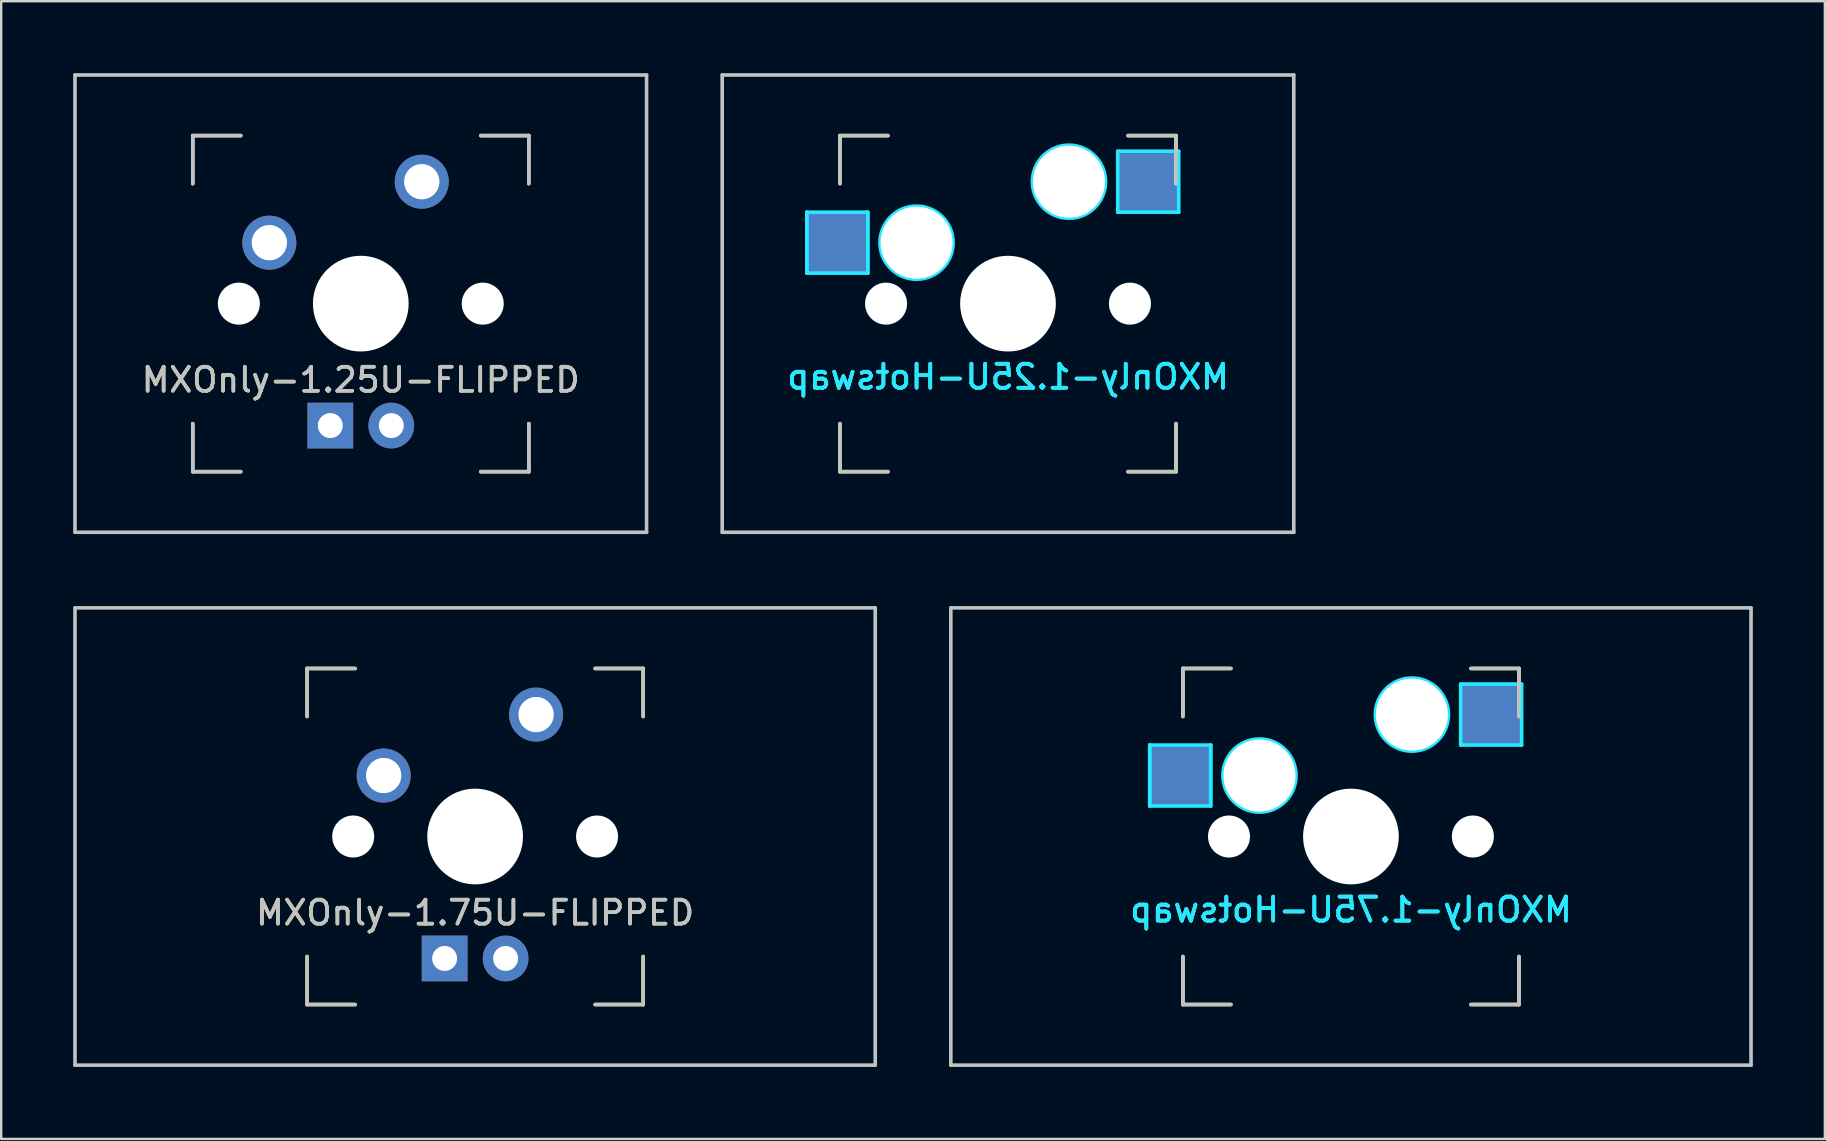
<source format=kicad_pcb>
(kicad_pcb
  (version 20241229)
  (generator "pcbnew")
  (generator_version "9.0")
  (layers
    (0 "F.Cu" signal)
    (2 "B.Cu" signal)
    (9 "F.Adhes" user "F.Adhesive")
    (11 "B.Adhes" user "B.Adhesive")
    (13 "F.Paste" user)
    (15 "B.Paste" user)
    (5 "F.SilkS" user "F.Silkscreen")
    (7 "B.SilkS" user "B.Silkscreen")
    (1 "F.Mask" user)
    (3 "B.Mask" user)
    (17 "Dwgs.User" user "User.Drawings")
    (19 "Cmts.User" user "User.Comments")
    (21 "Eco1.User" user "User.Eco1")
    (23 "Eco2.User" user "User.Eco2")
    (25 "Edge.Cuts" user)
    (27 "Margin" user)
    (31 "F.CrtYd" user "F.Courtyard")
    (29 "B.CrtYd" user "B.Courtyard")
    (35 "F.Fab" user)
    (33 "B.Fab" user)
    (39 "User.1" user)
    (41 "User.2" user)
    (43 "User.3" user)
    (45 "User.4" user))
  (footprint "MXOnly-1.25U-Hotswap"
    (layer "F.Cu")
    (at 38.944 9.6)
    (property "Reference" "MXOnly-1.25U-Hotswap" (at 0 3.048 0) (layer "B.CrtYd") (effects (font (size 1 1) (thickness 0.15)) (justify mirror)))
    (attr smd)
    (fp_line (start -7 -7) (end -7 -5) (stroke (width 0.15) (type solid)) (layer "F.SilkS"))
    (fp_line (start -7 5) (end -7 7) (stroke (width 0.15) (type solid)) (layer "F.SilkS"))
    (fp_line (start -7 7) (end -5 7) (stroke (width 0.15) (type solid)) (layer "F.SilkS"))
    (fp_line (start -5 -7) (end -7 -7) (stroke (width 0.15) (type solid)) (layer "F.SilkS"))
    (fp_line (start 5 -7) (end 7 -7) (stroke (width 0.15) (type solid)) (layer "F.SilkS"))
    (fp_line (start 5 7) (end 7 7) (stroke (width 0.15) (type solid)) (layer "F.SilkS"))
    (fp_line (start 7 -7) (end 7 -5) (stroke (width 0.15) (type solid)) (layer "F.SilkS"))
    (fp_line (start 7 7) (end 7 5) (stroke (width 0.15) (type solid)) (layer "F.SilkS"))
    (fp_line (start -11.906 -9.525) (end 11.906 -9.525) (stroke (width 0.15) (type solid)) (layer "Dwgs.User"))
    (fp_line (start -11.906 9.525) (end -11.906 -9.525) (stroke (width 0.15) (type solid)) (layer "Dwgs.User"))
    (fp_line (start -7 -7) (end -7 -5) (stroke (width 0.15) (type solid)) (layer "Dwgs.User"))
    (fp_line (start -7 5) (end -7 7) (stroke (width 0.15) (type solid)) (layer "Dwgs.User"))
    (fp_line (start -7 7) (end -5 7) (stroke (width 0.15) (type solid)) (layer "Dwgs.User"))
    (fp_line (start -5 -7) (end -7 -7) (stroke (width 0.15) (type solid)) (layer "Dwgs.User"))
    (fp_line (start 5 -7) (end 7 -7) (stroke (width 0.15) (type solid)) (layer "Dwgs.User"))
    (fp_line (start 5 7) (end 7 7) (stroke (width 0.15) (type solid)) (layer "Dwgs.User"))
    (fp_line (start 7 -7) (end 7 -5) (stroke (width 0.15) (type solid)) (layer "Dwgs.User"))
    (fp_line (start 7 7) (end 7 5) (stroke (width 0.15) (type solid)) (layer "Dwgs.User"))
    (fp_line (start 11.906 -9.525) (end 11.906 9.525) (stroke (width 0.15) (type solid)) (layer "Dwgs.User"))
    (fp_line (start 11.906 9.525) (end -11.906 9.525) (stroke (width 0.15) (type solid)) (layer "Dwgs.User"))
    (fp_line (start -8.382 -3.81) (end -5.842 -3.81) (stroke (width 0.15) (type solid)) (layer "B.CrtYd"))
    (fp_line (start -8.382 -1.27) (end -8.382 -3.81) (stroke (width 0.15) (type solid)) (layer "B.CrtYd"))
    (fp_line (start -8.382 -1.27) (end -8.382 -3.81) (stroke (width 0.15) (type solid)) (layer "B.CrtYd"))
    (fp_line (start -5.842 -3.81) (end -5.842 -1.27) (stroke (width 0.15) (type solid)) (layer "B.CrtYd"))
    (fp_line (start -5.842 -3.81) (end -5.842 -1.27) (stroke (width 0.15) (type solid)) (layer "B.CrtYd"))
    (fp_line (start -5.842 -1.27) (end -8.382 -1.27) (stroke (width 0.15) (type solid)) (layer "B.CrtYd"))
    (fp_line (start 4.572 -6.35) (end 7.112 -6.35) (stroke (width 0.15) (type solid)) (layer "B.CrtYd"))
    (fp_line (start 4.572 -3.81) (end 4.572 -6.35) (stroke (width 0.15) (type solid)) (layer "B.CrtYd"))
    (fp_line (start 7.112 -6.35) (end 7.112 -3.81) (stroke (width 0.15) (type solid)) (layer "B.CrtYd"))
    (fp_line (start 7.112 -3.81) (end 4.572 -3.81) (stroke (width 0.15) (type solid)) (layer "B.CrtYd"))
    (fp_circle (center -3.81 -2.54) (end -3.81 -4.064) (stroke (width 0.15) (type solid)) (fill no) (layer "B.CrtYd"))
    (fp_circle (center 2.54 -5.08) (end 2.54 -6.604) (stroke (width 0.15) (type solid)) (fill no) (layer "B.CrtYd"))
    (fp_text user "${REFERENCE}" (at 0 3.048 0) (layer "B.SilkS") (effects (font (size 1 1) (thickness 0.15)) (justify mirror)))
    (fp_text user "${REFERENCE}" (at 0 3.048 0) (layer "B.CrtYd") (effects (font (size 1 1) (thickness 0.15)) (justify mirror)))
    (pad "" np_thru_hole circle (at -5.08 0 48.1) (size 1.75 1.75) (drill 1.75) (layers "*.Cu" "*.Mask"))
    (pad "" np_thru_hole circle (at -3.81 -2.54) (size 3 3) (drill 3) (layers "*.Cu" "*.Mask"))
    (pad "" np_thru_hole circle (at 0 0) (size 3.988 3.988) (drill 3.988) (layers "*.Cu" "*.Mask"))
    (pad "" np_thru_hole circle (at 2.54 -5.08) (size 3 3) (drill 3) (layers "*.Cu" "*.Mask"))
    (pad "" np_thru_hole circle (at 5.08 0 48.1) (size 1.75 1.75) (drill 1.75) (layers "*.Cu" "*.Mask"))
    (pad "1" smd rect (at -7.085 -2.54) (size 2.55 2.5) (layers "B.Cu" "B.Mask" "B.Paste"))
    (pad "2" smd rect (at 5.842 -5.08) (size 2.55 2.5) (layers "B.Cu" "B.Mask" "B.Paste")))
  (footprint "MXOnly-1.75U-FLIPPED"
    (layer "F.Cu")
    (at 16.744 31.8)
    (property "Reference" "MXOnly-1.75U-FLIPPED" (at 0 3.175 0) (layer "Dwgs.User") (effects (font (size 1 1) (thickness 0.15))))
    (attr through_hole)
    (fp_line (start -7 -7) (end -7 -5) (stroke (width 0.15) (type solid)) (layer "F.SilkS"))
    (fp_line (start -7 5) (end -7 7) (stroke (width 0.15) (type solid)) (layer "F.SilkS"))
    (fp_line (start -7 7) (end -5 7) (stroke (width 0.15) (type solid)) (layer "F.SilkS"))
    (fp_line (start -5 -7) (end -7 -7) (stroke (width 0.15) (type solid)) (layer "F.SilkS"))
    (fp_line (start 5 -7) (end 7 -7) (stroke (width 0.15) (type solid)) (layer "F.SilkS"))
    (fp_line (start 5 7) (end 7 7) (stroke (width 0.15) (type solid)) (layer "F.SilkS"))
    (fp_line (start 7 -7) (end 7 -5) (stroke (width 0.15) (type solid)) (layer "F.SilkS"))
    (fp_line (start 7 7) (end 7 5) (stroke (width 0.15) (type solid)) (layer "F.SilkS"))
    (fp_line (start -16.669 -9.525) (end 16.669 -9.525) (stroke (width 0.15) (type solid)) (layer "Dwgs.User"))
    (fp_line (start -16.669 9.525) (end -16.669 -9.525) (stroke (width 0.15) (type solid)) (layer "Dwgs.User"))
    (fp_line (start -16.669 9.525) (end 16.669 9.525) (stroke (width 0.15) (type solid)) (layer "Dwgs.User"))
    (fp_line (start -7 -7) (end -7 -5) (stroke (width 0.15) (type solid)) (layer "Dwgs.User"))
    (fp_line (start -7 5) (end -7 7) (stroke (width 0.15) (type solid)) (layer "Dwgs.User"))
    (fp_line (start -7 7) (end -5 7) (stroke (width 0.15) (type solid)) (layer "Dwgs.User"))
    (fp_line (start -5 -7) (end -7 -7) (stroke (width 0.15) (type solid)) (layer "Dwgs.User"))
    (fp_line (start 5 -7) (end 7 -7) (stroke (width 0.15) (type solid)) (layer "Dwgs.User"))
    (fp_line (start 5 7) (end 7 7) (stroke (width 0.15) (type solid)) (layer "Dwgs.User"))
    (fp_line (start 7 -7) (end 7 -5) (stroke (width 0.15) (type solid)) (layer "Dwgs.User"))
    (fp_line (start 7 7) (end 7 5) (stroke (width 0.15) (type solid)) (layer "Dwgs.User"))
    (fp_line (start 16.669 -9.525) (end 16.669 9.525) (stroke (width 0.15) (type solid)) (layer "Dwgs.User"))
    (fp_text user "${REFERENCE}" (at 0 3.175 0) (layer "F.SilkS") (effects (font (size 1 1) (thickness 0.15))))
    (pad "" np_thru_hole circle (at -5.08 0 48.1) (size 1.75 1.75) (drill 1.75) (layers "*.Cu" "*.Mask"))
    (pad "" np_thru_hole circle (at 0 0) (size 3.988 3.988) (drill 3.988) (layers "*.Cu" "*.Mask"))
    (pad "" np_thru_hole circle (at 5.08 0 48.1) (size 1.75 1.75) (drill 1.75) (layers "*.Cu" "*.Mask"))
    (pad "1" thru_hole circle (at -3.81 -2.54) (size 2.25 2.25) (drill 1.47) (layers "*.Cu" "B.Mask"))
    (pad "2" thru_hole circle (at 2.54 -5.08) (size 2.25 2.25) (drill 1.47) (layers "*.Cu" "B.Mask"))
    (pad "3" thru_hole circle (at 1.27 5.08) (size 1.905 1.905) (drill 1.04) (layers "*.Cu" "B.Mask"))
    (pad "4" thru_hole rect (at -1.27 5.08) (size 1.905 1.905) (drill 1.04) (layers "*.Cu" "B.Mask")))
  (footprint "MXOnly-1.75U-Hotswap"
    (layer "F.Cu")
    (at 53.231 31.8)
    (property "Reference" "MXOnly-1.75U-Hotswap" (at 0 3.048 0) (layer "B.CrtYd") (effects (font (size 1 1) (thickness 0.15)) (justify mirror)))
    (attr smd)
    (fp_line (start -7 -7) (end -7 -5) (stroke (width 0.15) (type solid)) (layer "F.SilkS"))
    (fp_line (start -7 5) (end -7 7) (stroke (width 0.15) (type solid)) (layer "F.SilkS"))
    (fp_line (start -7 7) (end -5 7) (stroke (width 0.15) (type solid)) (layer "F.SilkS"))
    (fp_line (start -5 -7) (end -7 -7) (stroke (width 0.15) (type solid)) (layer "F.SilkS"))
    (fp_line (start 5 -7) (end 7 -7) (stroke (width 0.15) (type solid)) (layer "F.SilkS"))
    (fp_line (start 5 7) (end 7 7) (stroke (width 0.15) (type solid)) (layer "F.SilkS"))
    (fp_line (start 7 -7) (end 7 -5) (stroke (width 0.15) (type solid)) (layer "F.SilkS"))
    (fp_line (start 7 7) (end 7 5) (stroke (width 0.15) (type solid)) (layer "F.SilkS"))
    (fp_line (start -16.669 -9.525) (end 16.669 -9.525) (stroke (width 0.15) (type solid)) (layer "Dwgs.User"))
    (fp_line (start -16.669 9.525) (end -16.669 -9.525) (stroke (width 0.15) (type solid)) (layer "Dwgs.User"))
    (fp_line (start -7 -7) (end -7 -5) (stroke (width 0.15) (type solid)) (layer "Dwgs.User"))
    (fp_line (start -7 5) (end -7 7) (stroke (width 0.15) (type solid)) (layer "Dwgs.User"))
    (fp_line (start -7 7) (end -5 7) (stroke (width 0.15) (type solid)) (layer "Dwgs.User"))
    (fp_line (start -5 -7) (end -7 -7) (stroke (width 0.15) (type solid)) (layer "Dwgs.User"))
    (fp_line (start 5 -7) (end 7 -7) (stroke (width 0.15) (type solid)) (layer "Dwgs.User"))
    (fp_line (start 5 7) (end 7 7) (stroke (width 0.15) (type solid)) (layer "Dwgs.User"))
    (fp_line (start 7 -7) (end 7 -5) (stroke (width 0.15) (type solid)) (layer "Dwgs.User"))
    (fp_line (start 7 7) (end 7 5) (stroke (width 0.15) (type solid)) (layer "Dwgs.User"))
    (fp_line (start 16.669 -9.525) (end 16.669 9.525) (stroke (width 0.15) (type solid)) (layer "Dwgs.User"))
    (fp_line (start 16.669 9.525) (end -16.669 9.525) (stroke (width 0.15) (type solid)) (layer "Dwgs.User"))
    (fp_line (start -8.382 -3.81) (end -5.842 -3.81) (stroke (width 0.15) (type solid)) (layer "B.CrtYd"))
    (fp_line (start -8.382 -1.27) (end -8.382 -3.81) (stroke (width 0.15) (type solid)) (layer "B.CrtYd"))
    (fp_line (start -8.382 -1.27) (end -8.382 -3.81) (stroke (width 0.15) (type solid)) (layer "B.CrtYd"))
    (fp_line (start -5.842 -3.81) (end -5.842 -1.27) (stroke (width 0.15) (type solid)) (layer "B.CrtYd"))
    (fp_line (start -5.842 -3.81) (end -5.842 -1.27) (stroke (width 0.15) (type solid)) (layer "B.CrtYd"))
    (fp_line (start -5.842 -1.27) (end -8.382 -1.27) (stroke (width 0.15) (type solid)) (layer "B.CrtYd"))
    (fp_line (start 4.572 -6.35) (end 7.112 -6.35) (stroke (width 0.15) (type solid)) (layer "B.CrtYd"))
    (fp_line (start 4.572 -3.81) (end 4.572 -6.35) (stroke (width 0.15) (type solid)) (layer "B.CrtYd"))
    (fp_line (start 7.112 -6.35) (end 7.112 -3.81) (stroke (width 0.15) (type solid)) (layer "B.CrtYd"))
    (fp_line (start 7.112 -3.81) (end 4.572 -3.81) (stroke (width 0.15) (type solid)) (layer "B.CrtYd"))
    (fp_circle (center -3.81 -2.54) (end -3.81 -4.064) (stroke (width 0.15) (type solid)) (fill no) (layer "B.CrtYd"))
    (fp_circle (center 2.54 -5.08) (end 2.54 -6.604) (stroke (width 0.15) (type solid)) (fill no) (layer "B.CrtYd"))
    (fp_text user "${REFERENCE}" (at 0 3.048 0) (layer "B.SilkS") (effects (font (size 1 1) (thickness 0.15)) (justify mirror)))
    (fp_text user "${REFERENCE}" (at 0 3.048 0) (layer "B.CrtYd") (effects (font (size 1 1) (thickness 0.15)) (justify mirror)))
    (pad "" np_thru_hole circle (at -5.08 0 48.1) (size 1.75 1.75) (drill 1.75) (layers "*.Cu" "*.Mask"))
    (pad "" np_thru_hole circle (at -3.81 -2.54) (size 3 3) (drill 3) (layers "*.Cu" "*.Mask"))
    (pad "" np_thru_hole circle (at 0 0) (size 3.988 3.988) (drill 3.988) (layers "*.Cu" "*.Mask"))
    (pad "" np_thru_hole circle (at 2.54 -5.08) (size 3 3) (drill 3) (layers "*.Cu" "*.Mask"))
    (pad "" np_thru_hole circle (at 5.08 0 48.1) (size 1.75 1.75) (drill 1.75) (layers "*.Cu" "*.Mask"))
    (pad "1" smd rect (at -7.085 -2.54) (size 2.55 2.5) (layers "B.Cu" "B.Mask" "B.Paste"))
    (pad "2" smd rect (at 5.842 -5.08) (size 2.55 2.5) (layers "B.Cu" "B.Mask" "B.Paste")))
  (footprint "MXOnly-1.25U-FLIPPED"
    (layer "F.Cu")
    (at 11.981 9.6)
    (property "Reference" "MXOnly-1.25U-FLIPPED" (at 0 3.175 0) (layer "Dwgs.User") (effects (font (size 1 1) (thickness 0.15))))
    (attr through_hole)
    (fp_line (start -7 -7) (end -7 -5) (stroke (width 0.15) (type solid)) (layer "F.SilkS"))
    (fp_line (start -7 5) (end -7 7) (stroke (width 0.15) (type solid)) (layer "F.SilkS"))
    (fp_line (start -7 7) (end -5 7) (stroke (width 0.15) (type solid)) (layer "F.SilkS"))
    (fp_line (start -5 -7) (end -7 -7) (stroke (width 0.15) (type solid)) (layer "F.SilkS"))
    (fp_line (start 5 -7) (end 7 -7) (stroke (width 0.15) (type solid)) (layer "F.SilkS"))
    (fp_line (start 5 7) (end 7 7) (stroke (width 0.15) (type solid)) (layer "F.SilkS"))
    (fp_line (start 7 -7) (end 7 -5) (stroke (width 0.15) (type solid)) (layer "F.SilkS"))
    (fp_line (start 7 7) (end 7 5) (stroke (width 0.15) (type solid)) (layer "F.SilkS"))
    (fp_line (start -11.906 -9.525) (end 11.906 -9.525) (stroke (width 0.15) (type solid)) (layer "Dwgs.User"))
    (fp_line (start -11.906 9.525) (end -11.906 -9.525) (stroke (width 0.15) (type solid)) (layer "Dwgs.User"))
    (fp_line (start -11.906 9.525) (end 11.906 9.525) (stroke (width 0.15) (type solid)) (layer "Dwgs.User"))
    (fp_line (start -7 -7) (end -7 -5) (stroke (width 0.15) (type solid)) (layer "Dwgs.User"))
    (fp_line (start -7 5) (end -7 7) (stroke (width 0.15) (type solid)) (layer "Dwgs.User"))
    (fp_line (start -7 7) (end -5 7) (stroke (width 0.15) (type solid)) (layer "Dwgs.User"))
    (fp_line (start -5 -7) (end -7 -7) (stroke (width 0.15) (type solid)) (layer "Dwgs.User"))
    (fp_line (start 5 -7) (end 7 -7) (stroke (width 0.15) (type solid)) (layer "Dwgs.User"))
    (fp_line (start 5 7) (end 7 7) (stroke (width 0.15) (type solid)) (layer "Dwgs.User"))
    (fp_line (start 7 -7) (end 7 -5) (stroke (width 0.15) (type solid)) (layer "Dwgs.User"))
    (fp_line (start 7 7) (end 7 5) (stroke (width 0.15) (type solid)) (layer "Dwgs.User"))
    (fp_line (start 11.906 -9.525) (end 11.906 9.525) (stroke (width 0.15) (type solid)) (layer "Dwgs.User"))
    (fp_text user "${REFERENCE}" (at 0 3.175 0) (layer "F.SilkS") (effects (font (size 1 1) (thickness 0.15))))
    (pad "" np_thru_hole circle (at -5.08 0 48.1) (size 1.75 1.75) (drill 1.75) (layers "*.Cu" "*.Mask"))
    (pad "" np_thru_hole circle (at 0 0) (size 3.988 3.988) (drill 3.988) (layers "*.Cu" "*.Mask"))
    (pad "" np_thru_hole circle (at 5.08 0 48.1) (size 1.75 1.75) (drill 1.75) (layers "*.Cu" "*.Mask"))
    (pad "1" thru_hole circle (at -3.81 -2.54) (size 2.25 2.25) (drill 1.47) (layers "*.Cu" "B.Mask"))
    (pad "2" thru_hole circle (at 2.54 -5.08) (size 2.25 2.25) (drill 1.47) (layers "*.Cu" "B.Mask"))
    (pad "3" thru_hole circle (at 1.27 5.08) (size 1.905 1.905) (drill 1.04) (layers "*.Cu" "B.Mask"))
    (pad "4" thru_hole rect (at -1.27 5.08) (size 1.905 1.905) (drill 1.04) (layers "*.Cu" "B.Mask")))
  (gr_rect
    (start -3 -3)
    (end 72.975 44.4)
    (stroke (width 0.1) (type default))
    (fill no)
    (layer "Edge.Cuts")))
</source>
